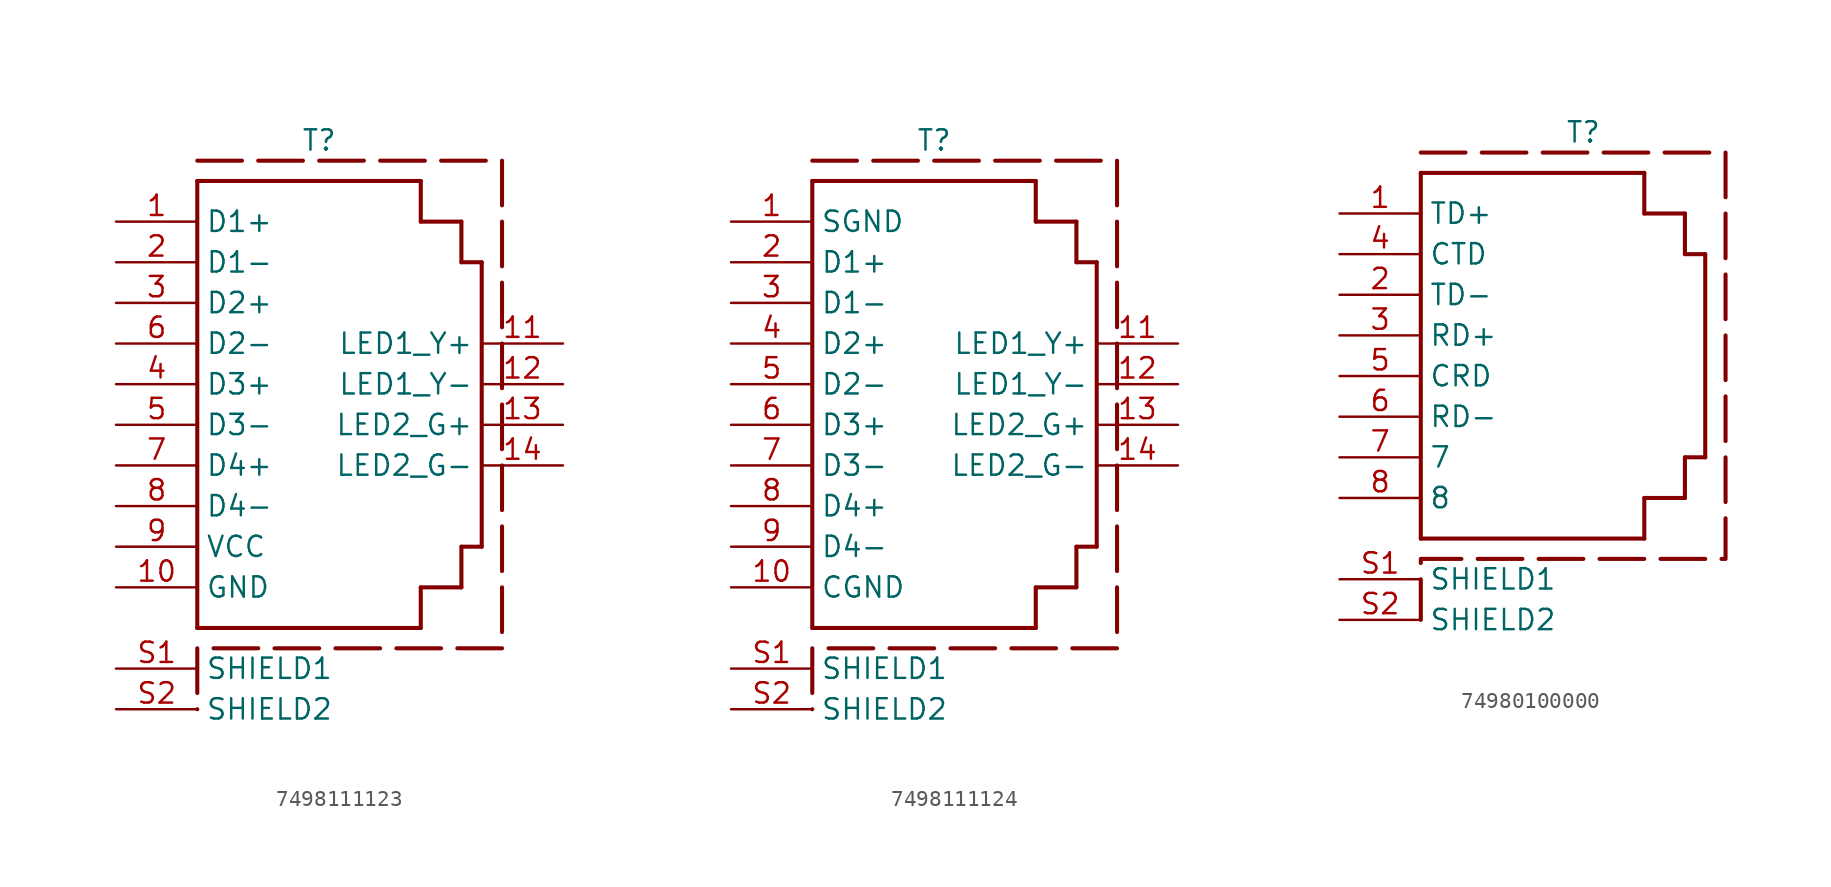
<source format=kicad_sym>
(kicad_symbol_lib
  (version 20220914)
  (generator kicad_symbol_editor)
  (symbol "7498111123"
    (property "Reference" "T"
      (at 0 17.78 0)
      (effects (font (size 1.27 1.27))))
    (property "Critical Parameter" ""
      (at 0 -5.08 0)
      (effects (font (size 1.27 1.27)) (justify left)))
    (symbol "7498111123_0_0"
      (polyline (pts (xy -7.62 -12.7) (xy -7.62 15.24)) (stroke (width 0.254) (type default)) (fill (type none)))
      (polyline (pts (xy -7.62 15.24) (xy 6.35 15.24)) (stroke (width 0.254) (type default)) (fill (type none)))
      (polyline (pts (xy 6.35 -12.7) (xy -7.62 -12.7)) (stroke (width 0.254) (type default)) (fill (type none)))
      (polyline (pts (xy 6.35 -12.7) (xy 6.35 -10.16)) (stroke (width 0.254) (type default)) (fill (type none)))
      (polyline (pts (xy 6.35 -10.16) (xy 8.89 -10.16)) (stroke (width 0.254) (type default)) (fill (type none)))
      (polyline (pts (xy 6.35 12.7) (xy 8.89 12.7)) (stroke (width 0.254) (type default)) (fill (type none)))
      (polyline (pts (xy 6.35 15.24) (xy 6.35 12.7)) (stroke (width 0.254) (type default)) (fill (type none)))
      (polyline (pts (xy 8.89 -10.16) (xy 8.89 -7.62)) (stroke (width 0.254) (type default)) (fill (type none)))
      (polyline (pts (xy 8.89 -7.62) (xy 10.16 -7.62)) (stroke (width 0.254) (type default)) (fill (type none)))
      (polyline (pts (xy 8.89 10.16) (xy 10.16 10.16)) (stroke (width 0.254) (type default)) (fill (type none)))
      (polyline (pts (xy 8.89 12.7) (xy 8.89 10.16)) (stroke (width 0.254) (type default)) (fill (type none)))
      (polyline (pts (xy 10.16 10.16) (xy 10.16 -7.62)) (stroke (width 0.254) (type default)) (fill (type none)))
      (pin passive line (at -12.7 12.7 0) (length 5.08) (name "D1+" (effects (font (size 1.27 1.27)))) (number "1" (effects (font (size 1.27 1.27)))))
      (pin passive line (at -12.7 -10.16 0) (length 5.08) (name "GND" (effects (font (size 1.27 1.27)))) (number "10" (effects (font (size 1.27 1.27)))))
      (pin passive line (at -12.7 10.16 0) (length 5.08) (name "D1-" (effects (font (size 1.27 1.27)))) (number "2" (effects (font (size 1.27 1.27)))))
      (pin passive line (at -12.7 7.62 0) (length 5.08) (name "D2+" (effects (font (size 1.27 1.27)))) (number "3" (effects (font (size 1.27 1.27)))))
      (pin passive line (at -12.7 2.54 0) (length 5.08) (name "D3+" (effects (font (size 1.27 1.27)))) (number "4" (effects (font (size 1.27 1.27)))))
      (pin passive line (at -12.7 0 0) (length 5.08) (name "D3-" (effects (font (size 1.27 1.27)))) (number "5" (effects (font (size 1.27 1.27)))))
      (pin passive line (at -12.7 5.08 0) (length 5.08) (name "D2-" (effects (font (size 1.27 1.27)))) (number "6" (effects (font (size 1.27 1.27)))))
      (pin passive line (at -12.7 -2.54 0) (length 5.08) (name "D4+" (effects (font (size 1.27 1.27)))) (number "7" (effects (font (size 1.27 1.27)))))
      (pin passive line (at -12.7 -5.08 0) (length 5.08) (name "D4-" (effects (font (size 1.27 1.27)))) (number "8" (effects (font (size 1.27 1.27)))))
      (pin passive line (at -12.7 -7.62 0) (length 5.08) (name "VCC" (effects (font (size 1.27 1.27)))) (number "9" (effects (font (size 1.27 1.27)))))
      (pin passive line (at -12.7 -15.24 0) (length 5.08) (name "SHIELD1" (effects (font (size 1.27 1.27)))) (number "S1" (effects (font (size 1.27 1.27)))))
      (pin passive line (at -12.7 -17.78 0) (length 5.08) (name "SHIELD2" (effects (font (size 1.27 1.27)))) (number "S2" (effects (font (size 1.27 1.27))))))
    (symbol "7498111123_1_0"
      (pin passive line (at 15.24 5.08 180) (length 5.08) (name "LED1_Y+" (effects (font (size 1.27 1.27)))) (number "11" (effects (font (size 1.27 1.27)))))
      (pin passive line (at 15.24 2.54 180) (length 5.08) (name "LED1_Y-" (effects (font (size 1.27 1.27)))) (number "12" (effects (font (size 1.27 1.27)))))
      (pin passive line (at 15.24 0 180) (length 5.08) (name "LED2_G+" (effects (font (size 1.27 1.27)))) (number "13" (effects (font (size 1.27 1.27)))))
      (pin passive line (at 15.24 -2.54 180) (length 5.08) (name "LED2_G-" (effects (font (size 1.27 1.27)))) (number "14" (effects (font (size 1.27 1.27))))))
    (symbol "7498111123_1_1"
      (polyline (pts (xy -7.62 16.51) (xy 11.43 16.51) (xy 11.43 -13.97) (xy -7.62 -13.97) (xy -7.62 -17.78)) (stroke (width 0.254) (type dash)) (fill (type none)))))
  (symbol "7498111124"
    (property "Reference" "T"
      (at 0 17.78 0)
      (effects (font (size 1.27 1.27))))
    (property "Critical Parameter" ""
      (at 0 -5.08 0)
      (effects (font (size 1.27 1.27)) (justify left)))
    (symbol "7498111124_0_0"
      (polyline (pts (xy -7.62 -12.7) (xy -7.62 15.24)) (stroke (width 0.254) (type default)) (fill (type none)))
      (polyline (pts (xy -7.62 15.24) (xy 6.35 15.24)) (stroke (width 0.254) (type default)) (fill (type none)))
      (polyline (pts (xy 6.35 -12.7) (xy -7.62 -12.7)) (stroke (width 0.254) (type default)) (fill (type none)))
      (polyline (pts (xy 6.35 -12.7) (xy 6.35 -10.16)) (stroke (width 0.254) (type default)) (fill (type none)))
      (polyline (pts (xy 6.35 -10.16) (xy 8.89 -10.16)) (stroke (width 0.254) (type default)) (fill (type none)))
      (polyline (pts (xy 6.35 12.7) (xy 8.89 12.7)) (stroke (width 0.254) (type default)) (fill (type none)))
      (polyline (pts (xy 6.35 15.24) (xy 6.35 12.7)) (stroke (width 0.254) (type default)) (fill (type none)))
      (polyline (pts (xy 8.89 -10.16) (xy 8.89 -7.62)) (stroke (width 0.254) (type default)) (fill (type none)))
      (polyline (pts (xy 8.89 -7.62) (xy 10.16 -7.62)) (stroke (width 0.254) (type default)) (fill (type none)))
      (polyline (pts (xy 8.89 10.16) (xy 10.16 10.16)) (stroke (width 0.254) (type default)) (fill (type none)))
      (polyline (pts (xy 8.89 12.7) (xy 8.89 10.16)) (stroke (width 0.254) (type default)) (fill (type none)))
      (polyline (pts (xy 10.16 10.16) (xy 10.16 -7.62)) (stroke (width 0.254) (type default)) (fill (type none)))
      (pin passive line (at -12.7 12.7 0) (length 5.08) (name "SGND" (effects (font (size 1.27 1.27)))) (number "1" (effects (font (size 1.27 1.27)))))
      (pin passive line (at -12.7 -10.16 0) (length 5.08) (name "CGND" (effects (font (size 1.27 1.27)))) (number "10" (effects (font (size 1.27 1.27)))))
      (pin passive line (at -12.7 10.16 0) (length 5.08) (name "D1+" (effects (font (size 1.27 1.27)))) (number "2" (effects (font (size 1.27 1.27)))))
      (pin passive line (at -12.7 7.62 0) (length 5.08) (name "D1-" (effects (font (size 1.27 1.27)))) (number "3" (effects (font (size 1.27 1.27)))))
      (pin passive line (at -12.7 5.08 0) (length 5.08) (name "D2+" (effects (font (size 1.27 1.27)))) (number "4" (effects (font (size 1.27 1.27)))))
      (pin passive line (at -12.7 2.54 0) (length 5.08) (name "D2-" (effects (font (size 1.27 1.27)))) (number "5" (effects (font (size 1.27 1.27)))))
      (pin passive line (at -12.7 0 0) (length 5.08) (name "D3+" (effects (font (size 1.27 1.27)))) (number "6" (effects (font (size 1.27 1.27)))))
      (pin passive line (at -12.7 -2.54 0) (length 5.08) (name "D3-" (effects (font (size 1.27 1.27)))) (number "7" (effects (font (size 1.27 1.27)))))
      (pin passive line (at -12.7 -5.08 0) (length 5.08) (name "D4+" (effects (font (size 1.27 1.27)))) (number "8" (effects (font (size 1.27 1.27)))))
      (pin passive line (at -12.7 -7.62 0) (length 5.08) (name "D4-" (effects (font (size 1.27 1.27)))) (number "9" (effects (font (size 1.27 1.27)))))
      (pin passive line (at -12.7 -15.24 0) (length 5.08) (name "SHIELD1" (effects (font (size 1.27 1.27)))) (number "S1" (effects (font (size 1.27 1.27)))))
      (pin passive line (at -12.7 -17.78 0) (length 5.08) (name "SHIELD2" (effects (font (size 1.27 1.27)))) (number "S2" (effects (font (size 1.27 1.27))))))
    (symbol "7498111124_1_0"
      (pin passive line (at 15.24 5.08 180) (length 5.08) (name "LED1_Y+" (effects (font (size 1.27 1.27)))) (number "11" (effects (font (size 1.27 1.27)))))
      (pin passive line (at 15.24 2.54 180) (length 5.08) (name "LED1_Y-" (effects (font (size 1.27 1.27)))) (number "12" (effects (font (size 1.27 1.27)))))
      (pin passive line (at 15.24 0 180) (length 5.08) (name "LED2_G+" (effects (font (size 1.27 1.27)))) (number "13" (effects (font (size 1.27 1.27)))))
      (pin passive line (at 15.24 -2.54 180) (length 5.08) (name "LED2_G-" (effects (font (size 1.27 1.27)))) (number "14" (effects (font (size 1.27 1.27))))))
    (symbol "7498111124_1_1"
      (polyline (pts (xy -7.62 16.51) (xy 11.43 16.51) (xy 11.43 -13.97) (xy -7.62 -13.97) (xy -7.62 -17.78)) (stroke (width 0.254) (type dash)) (fill (type none)))))
  (symbol "74980100000"
    (property "Reference" "T"
      (at 0 15.24 0)
      (effects (font (size 1.27 1.27))))
    (property "Critical Parameter" ""
      (at 0 -5.08 0)
      (effects (font (size 1.27 1.27)) (justify left)))
    (symbol "74980100000_0_0"
      (polyline (pts (xy -10.16 -10.16) (xy -10.16 12.7)) (stroke (width 0.254) (type default)) (fill (type none)))
      (polyline (pts (xy -10.16 12.7) (xy 3.81 12.7)) (stroke (width 0.254) (type default)) (fill (type none)))
      (polyline (pts (xy 3.81 -10.16) (xy -10.16 -10.16)) (stroke (width 0.254) (type default)) (fill (type none)))
      (polyline (pts (xy 3.81 -10.16) (xy 3.81 -7.62)) (stroke (width 0.254) (type default)) (fill (type none)))
      (polyline (pts (xy 3.81 -7.62) (xy 6.35 -7.62)) (stroke (width 0.254) (type default)) (fill (type none)))
      (polyline (pts (xy 3.81 10.16) (xy 6.35 10.16)) (stroke (width 0.254) (type default)) (fill (type none)))
      (polyline (pts (xy 3.81 12.7) (xy 3.81 10.16)) (stroke (width 0.254) (type default)) (fill (type none)))
      (polyline (pts (xy 6.35 -7.62) (xy 6.35 -5.08)) (stroke (width 0.254) (type default)) (fill (type none)))
      (polyline (pts (xy 6.35 -5.08) (xy 7.62 -5.08)) (stroke (width 0.254) (type default)) (fill (type none)))
      (polyline (pts (xy 6.35 7.62) (xy 7.62 7.62)) (stroke (width 0.254) (type default)) (fill (type none)))
      (polyline (pts (xy 6.35 10.16) (xy 6.35 7.62)) (stroke (width 0.254) (type default)) (fill (type none)))
      (polyline (pts (xy 7.62 7.62) (xy 7.62 -5.08)) (stroke (width 0.254) (type default)) (fill (type none)))
      (pin passive line (at -15.24 10.16 0) (length 5.08) (name "TD+" (effects (font (size 1.27 1.27)))) (number "1" (effects (font (size 1.27 1.27)))))
      (pin passive line (at -15.24 5.08 0) (length 5.08) (name "TD-" (effects (font (size 1.27 1.27)))) (number "2" (effects (font (size 1.27 1.27)))))
      (pin passive line (at -15.24 2.54 0) (length 5.08) (name "RD+" (effects (font (size 1.27 1.27)))) (number "3" (effects (font (size 1.27 1.27)))))
      (pin passive line (at -15.24 7.62 0) (length 5.08) (name "CTD" (effects (font (size 1.27 1.27)))) (number "4" (effects (font (size 1.27 1.27)))))
      (pin passive line (at -15.24 0 0) (length 5.08) (name "CRD" (effects (font (size 1.27 1.27)))) (number "5" (effects (font (size 1.27 1.27)))))
      (pin passive line (at -15.24 -2.54 0) (length 5.08) (name "RD-" (effects (font (size 1.27 1.27)))) (number "6" (effects (font (size 1.27 1.27)))))
      (pin passive line (at -15.24 -5.08 0) (length 5.08) (name "7" (effects (font (size 1.27 1.27)))) (number "7" (effects (font (size 1.27 1.27)))))
      (pin passive line (at -15.24 -7.62 0) (length 5.08) (name "8" (effects (font (size 1.27 1.27)))) (number "8" (effects (font (size 1.27 1.27)))))
      (pin passive line (at -15.24 -12.7 0) (length 5.08) (name "SHIELD1" (effects (font (size 1.27 1.27)))) (number "S1" (effects (font (size 1.27 1.27)))))
      (pin passive line (at -15.24 -15.24 0) (length 5.08) (name "SHIELD2" (effects (font (size 1.27 1.27)))) (number "S2" (effects (font (size 1.27 1.27))))))
    (symbol "74980100000_1_1"
      (polyline (pts (xy -10.16 13.97) (xy 8.89 13.97) (xy 8.89 -11.43) (xy -10.16 -11.43) (xy -10.16 -15.24)) (stroke (width 0.254) (type dash)) (fill (type none))))))
</source>
